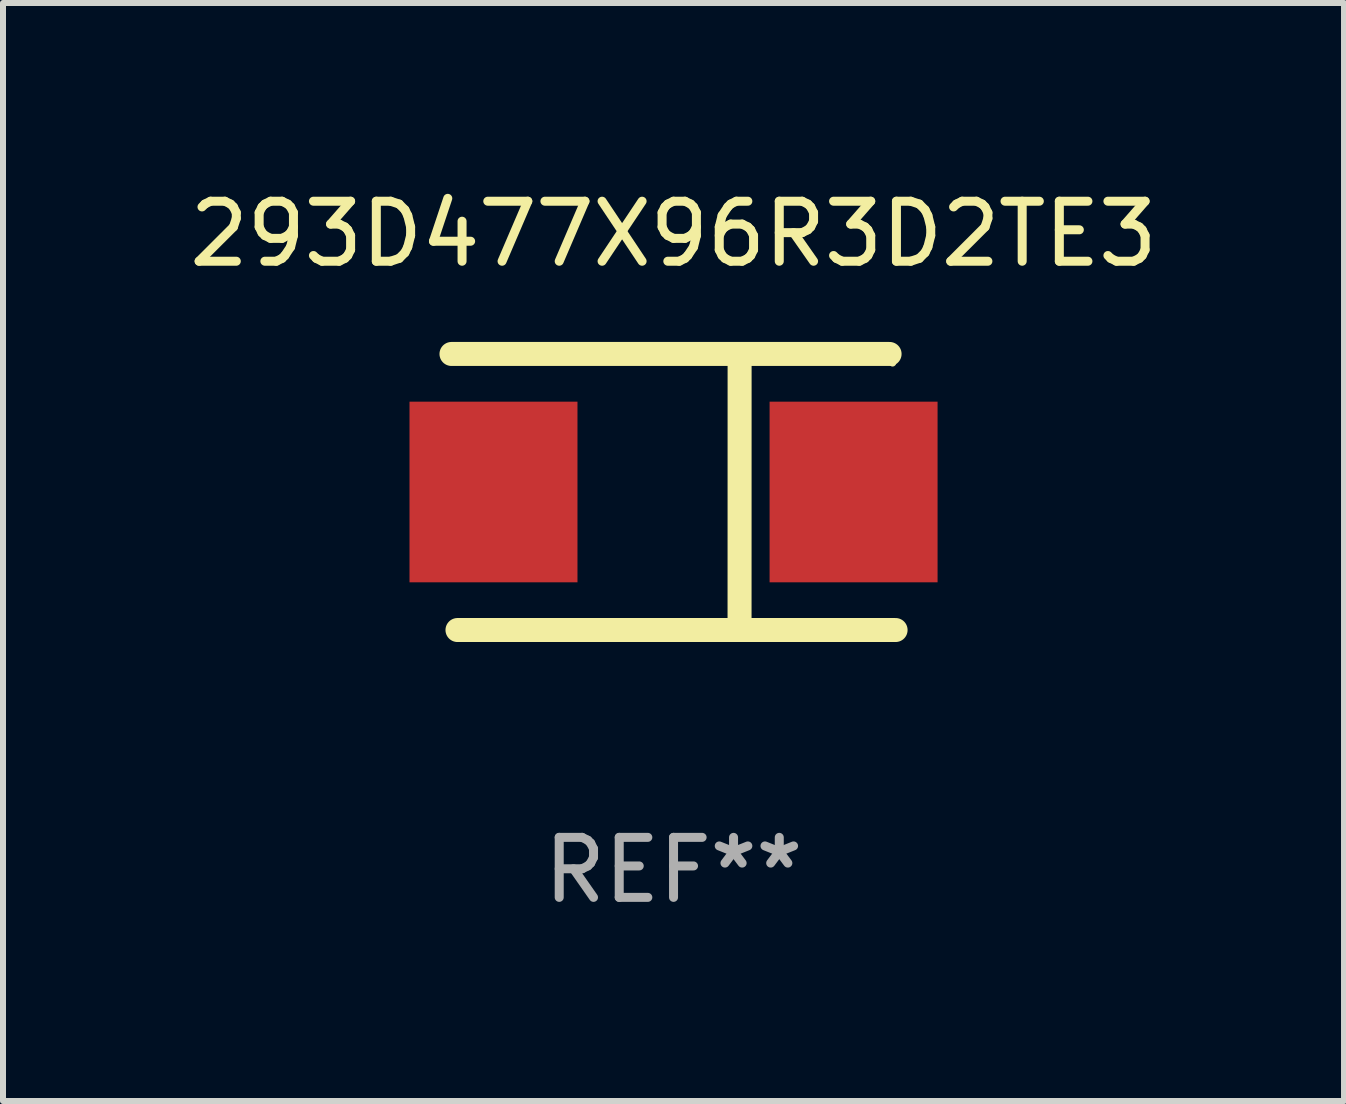
<source format=kicad_pcb>
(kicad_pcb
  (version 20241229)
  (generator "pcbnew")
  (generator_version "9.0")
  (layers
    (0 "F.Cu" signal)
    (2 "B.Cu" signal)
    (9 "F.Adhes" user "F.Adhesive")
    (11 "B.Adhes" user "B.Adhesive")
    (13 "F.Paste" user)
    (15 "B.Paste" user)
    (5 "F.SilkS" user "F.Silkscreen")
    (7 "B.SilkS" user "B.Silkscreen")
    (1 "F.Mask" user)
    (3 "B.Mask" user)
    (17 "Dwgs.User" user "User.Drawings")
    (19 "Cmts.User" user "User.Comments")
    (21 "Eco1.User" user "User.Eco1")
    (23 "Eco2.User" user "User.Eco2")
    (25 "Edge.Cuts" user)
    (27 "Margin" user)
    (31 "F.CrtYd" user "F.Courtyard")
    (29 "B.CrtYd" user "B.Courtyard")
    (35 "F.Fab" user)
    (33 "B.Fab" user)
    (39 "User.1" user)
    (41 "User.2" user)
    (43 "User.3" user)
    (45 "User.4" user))
  (footprint "293D477X96R3D2TE3"
    (layer "F.Cu")
    (at 8.173 5.148)
    (property "Reference" "293D477X96R3D2TE3" (at 0 -4.3 0) (layer "F.SilkS") (effects (font (size 1 1) (thickness 0.15))))
    (attr through_hole)
    (fp_line (start -3.7 -2.3) (end 3.6 -2.3) (stroke (width 0.4) (type solid)) (layer "F.SilkS"))
    (fp_line (start 1.1 2.3) (end 1.101 -2.3) (stroke (width 0.4) (type solid)) (layer "F.SilkS"))
    (fp_line (start 3.7 2.3) (end -3.6 2.3) (stroke (width 0.4) (type solid)) (layer "F.SilkS"))
    (fp_circle (center 3.65 -2.15) (end 3.68 -2.15) (stroke (width 0.06) (type solid)) (fill no) (layer "F.SilkS"))
    (fp_text user "REF**" (at 0 6.3 0) (layer "F.Fab") (effects (font (size 1 1) (thickness 0.15))))
    (pad "1" smd rect (at 3 0 180) (size 2.799 3.01) (layers "F.Cu" "F.Mask" "F.Paste"))
    (pad "2" smd rect (at -3 0 180) (size 2.799 3.01) (layers "F.Cu" "F.Mask" "F.Paste")))
  (gr_rect
    (start -3 -3)
    (end 19.345 15.296)
    (stroke (width 0.1) (type default))
    (fill no)
    (layer "Edge.Cuts")))
</source>
